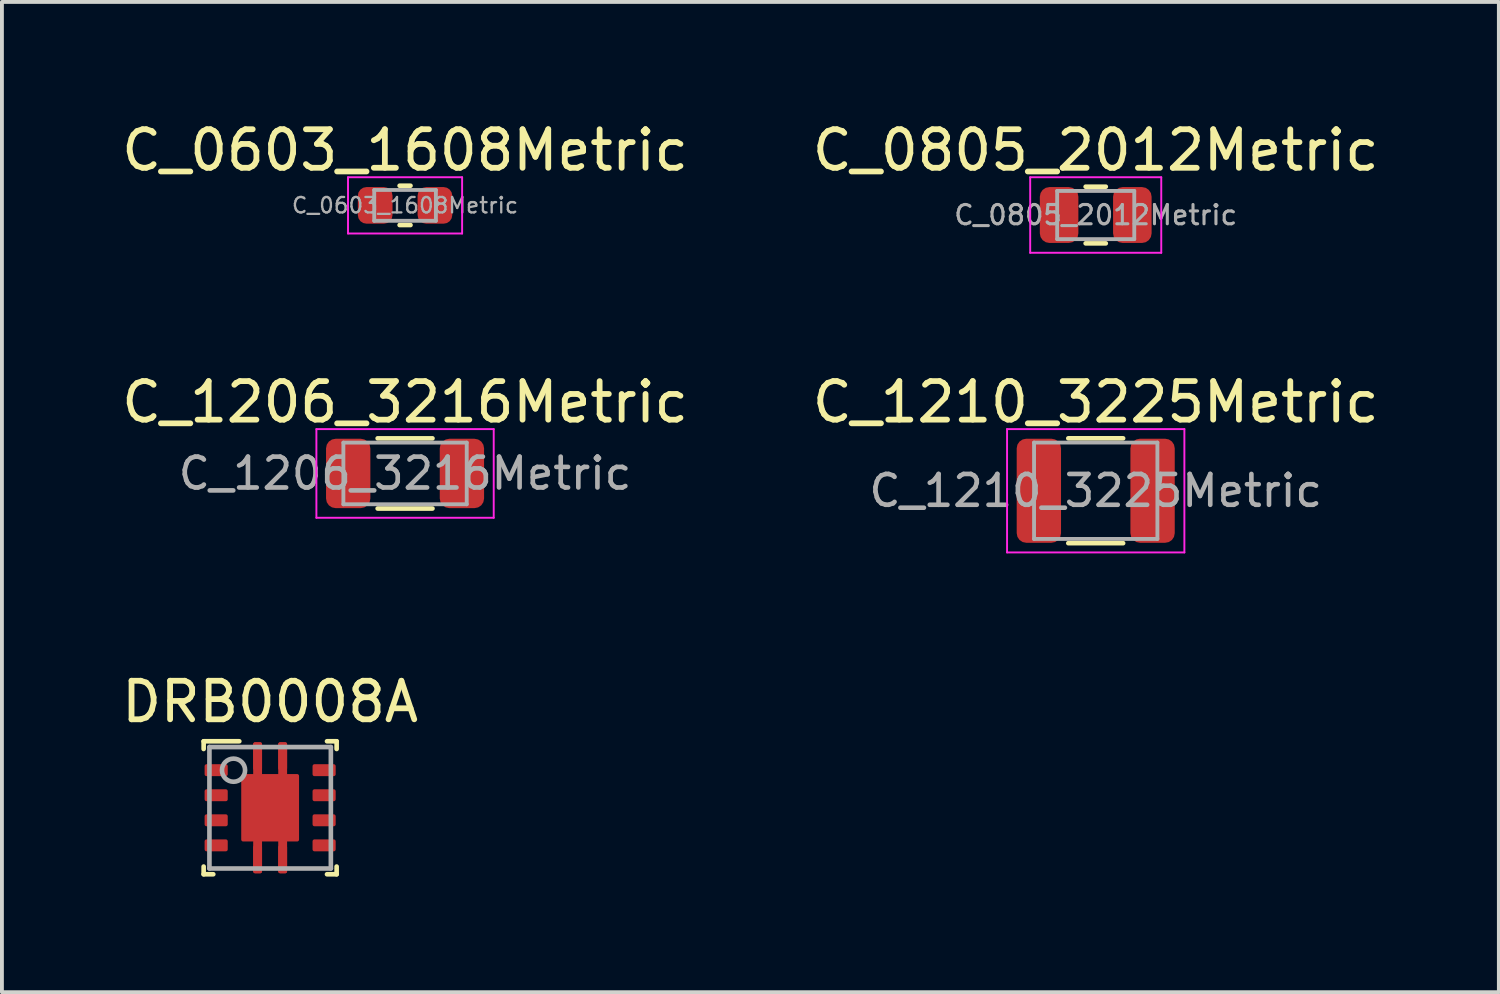
<source format=kicad_pcb>
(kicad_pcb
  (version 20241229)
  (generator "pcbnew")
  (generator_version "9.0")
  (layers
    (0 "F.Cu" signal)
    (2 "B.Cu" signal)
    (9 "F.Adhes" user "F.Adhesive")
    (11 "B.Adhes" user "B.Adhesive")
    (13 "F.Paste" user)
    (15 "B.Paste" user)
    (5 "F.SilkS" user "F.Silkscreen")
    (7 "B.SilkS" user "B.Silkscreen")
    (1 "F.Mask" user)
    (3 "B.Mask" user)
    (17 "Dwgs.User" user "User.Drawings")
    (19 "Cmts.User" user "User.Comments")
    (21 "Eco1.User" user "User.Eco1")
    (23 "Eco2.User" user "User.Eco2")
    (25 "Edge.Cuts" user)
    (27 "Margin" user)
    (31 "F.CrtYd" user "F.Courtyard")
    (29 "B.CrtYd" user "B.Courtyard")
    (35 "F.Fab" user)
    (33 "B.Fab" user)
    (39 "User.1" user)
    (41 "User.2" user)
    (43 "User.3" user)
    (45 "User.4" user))
  (footprint "DRB0008A"
    (layer "F.Cu")
    (at 3.958 17.905)
    (property "Reference" "DRB0008A" (at 0 -2.75 0) (layer "F.SilkS") (effects (font (size 1 1) (thickness 0.15))))
    (attr smd)
    (fp_line (start -1.725 1.725) (end -1.725 1.525) (stroke (width 0.12) (type solid)) (layer "F.SilkS"))
    (fp_line (start -1.725 -1.725) (end -0.8 -1.725) (stroke (width 0.12) (type solid)) (layer "F.SilkS"))
    (fp_line (start -1.725 -1.525) (end -1.725 -1.725) (stroke (width 0.12) (type solid)) (layer "F.SilkS"))
    (fp_line (start -1.725 1.725) (end -1.475 1.725) (stroke (width 0.12) (type solid)) (layer "F.SilkS"))
    (fp_line (start 1.475 -1.725) (end 1.725 -1.725) (stroke (width 0.12) (type solid)) (layer "F.SilkS"))
    (fp_line (start 1.475 1.725) (end 1.725 1.725) (stroke (width 0.12) (type solid)) (layer "F.SilkS"))
    (fp_line (start 1.725 -1.525) (end 1.725 -1.725) (stroke (width 0.12) (type solid)) (layer "F.SilkS"))
    (fp_line (start 1.725 1.725) (end 1.725 1.525) (stroke (width 0.12) (type solid)) (layer "F.SilkS"))
    (fp_line (start -1.575 -1.575) (end 1.575 -1.575) (stroke (width 0.12) (type solid)) (layer "F.Fab"))
    (fp_line (start -1.575 1.575) (end -1.575 -1.575) (stroke (width 0.12) (type solid)) (layer "F.Fab"))
    (fp_line (start -1.575 1.575) (end 1.575 1.575) (stroke (width 0.12) (type solid)) (layer "F.Fab"))
    (fp_line (start 1.575 1.575) (end 1.575 -1.575) (stroke (width 0.12) (type solid)) (layer "F.Fab"))
    (fp_circle (center -0.95 -0.975) (end -0.65 -0.975) (stroke (width 0.12) (type solid)) (fill no) (layer "F.Fab"))
    (pad "1" smd roundrect (at -1.4 -0.975 90) (size 0.31 0.6) (layers "F.Cu" "F.Mask" "F.Paste") (roundrect_rratio 0.161))
    (pad "2" smd roundrect (at -1.4 -0.325 90) (size 0.31 0.6) (layers "F.Cu" "F.Mask" "F.Paste") (roundrect_rratio 0.161))
    (pad "3" smd roundrect (at -1.4 0.325 90) (size 0.31 0.6) (layers "F.Cu" "F.Mask" "F.Paste") (roundrect_rratio 0.161))
    (pad "4" smd roundrect (at -1.4 0.975 90) (size 0.31 0.6) (layers "F.Cu" "F.Mask" "F.Paste") (roundrect_rratio 0.161))
    (pad "5" smd roundrect (at 1.4 0.975 90) (size 0.31 0.6) (layers "F.Cu" "F.Mask" "F.Paste") (roundrect_rratio 0.161))
    (pad "6" smd roundrect (at 1.4 0.325 90) (size 0.31 0.6) (layers "F.Cu" "F.Mask" "F.Paste") (roundrect_rratio 0.161))
    (pad "7" smd roundrect (at 1.4 -0.325 90) (size 0.31 0.6) (layers "F.Cu" "F.Mask" "F.Paste") (roundrect_rratio 0.161))
    (pad "8" smd roundrect (at 1.4 -0.975 90) (size 0.31 0.6) (layers "F.Cu" "F.Mask" "F.Paste") (roundrect_rratio 0.161))
    (pad "PAD" smd roundrect (at -0.325 -1.337) (size 0.23 0.725) (layers "F.Cu" "F.Paste") (roundrect_rratio 0.217))
    (pad "PAD" smd roundrect (at -0.325 -1.262) (size 0.23 0.875) (layers "F.Cu" "F.Mask") (roundrect_rratio 0.217))
    (pad "PAD" smd roundrect (at -0.325 1.262) (size 0.23 0.875) (layers "F.Cu" "F.Mask") (roundrect_rratio 0.217))
    (pad "PAD" smd roundrect (at -0.325 1.337) (size 0.23 0.725) (layers "F.Cu" "F.Paste") (roundrect_rratio 0.217))
    (pad "PAD" smd roundrect (at 0 0) (size 1.5 1.75) (layers "F.Cu" "F.Mask" "F.Paste") (roundrect_rratio 0.033))
    (pad "PAD" smd roundrect (at 0.325 -1.337) (size 0.23 0.725) (layers "F.Cu" "F.Paste") (roundrect_rratio 0.217))
    (pad "PAD" smd roundrect (at 0.325 -1.262) (size 0.23 0.875) (layers "F.Cu" "F.Mask") (roundrect_rratio 0.217))
    (pad "PAD" smd roundrect (at 0.325 1.262) (size 0.23 0.875) (layers "F.Cu" "F.Mask") (roundrect_rratio 0.217))
    (pad "PAD" smd roundrect (at 0.325 1.337) (size 0.23 0.725) (layers "F.Cu" "F.Paste") (roundrect_rratio 0.217)))
  (footprint "C_0603_1608Metric"
    (layer "F.Cu")
    (at 7.458 2.278)
    (property "Reference" "C_0603_1608Metric" (at 0 -1.43 0) (layer "F.SilkS") (effects (font (size 1 1) (thickness 0.15))))
    (attr smd)
    (fp_line (start -0.141 -0.51) (end 0.141 -0.51) (stroke (width 0.12) (type solid)) (layer "F.SilkS"))
    (fp_line (start -0.141 0.51) (end 0.141 0.51) (stroke (width 0.12) (type solid)) (layer "F.SilkS"))
    (fp_line (start -1.48 -0.73) (end 1.48 -0.73) (stroke (width 0.05) (type solid)) (layer "F.CrtYd"))
    (fp_line (start -1.48 0.73) (end -1.48 -0.73) (stroke (width 0.05) (type solid)) (layer "F.CrtYd"))
    (fp_line (start 1.48 -0.73) (end 1.48 0.73) (stroke (width 0.05) (type solid)) (layer "F.CrtYd"))
    (fp_line (start 1.48 0.73) (end -1.48 0.73) (stroke (width 0.05) (type solid)) (layer "F.CrtYd"))
    (fp_line (start -0.8 -0.4) (end 0.8 -0.4) (stroke (width 0.1) (type solid)) (layer "F.Fab"))
    (fp_line (start -0.8 0.4) (end -0.8 -0.4) (stroke (width 0.1) (type solid)) (layer "F.Fab"))
    (fp_line (start 0.8 -0.4) (end 0.8 0.4) (stroke (width 0.1) (type solid)) (layer "F.Fab"))
    (fp_line (start 0.8 0.4) (end -0.8 0.4) (stroke (width 0.1) (type solid)) (layer "F.Fab"))
    (fp_text user "${REFERENCE}" (at 0 0 0) (layer "F.Fab") (effects (font (size 0.4 0.4) (thickness 0.06))))
    (pad "1" smd roundrect (at -0.775 0) (size 0.9 0.95) (layers "F.Cu" "F.Mask" "F.Paste") (roundrect_rratio 0.25))
    (pad "2" smd roundrect (at 0.775 0) (size 0.9 0.95) (layers "F.Cu" "F.Mask" "F.Paste") (roundrect_rratio 0.25)))
  (footprint "C_0805_2012Metric"
    (layer "F.Cu")
    (at 25.375 2.528)
    (property "Reference" "C_0805_2012Metric" (at 0 -1.68 0) (layer "F.SilkS") (effects (font (size 1 1) (thickness 0.15))))
    (attr smd)
    (fp_line (start -0.261 -0.735) (end 0.261 -0.735) (stroke (width 0.12) (type solid)) (layer "F.SilkS"))
    (fp_line (start -0.261 0.735) (end 0.261 0.735) (stroke (width 0.12) (type solid)) (layer "F.SilkS"))
    (fp_line (start -1.7 -0.98) (end 1.7 -0.98) (stroke (width 0.05) (type solid)) (layer "F.CrtYd"))
    (fp_line (start -1.7 0.98) (end -1.7 -0.98) (stroke (width 0.05) (type solid)) (layer "F.CrtYd"))
    (fp_line (start 1.7 -0.98) (end 1.7 0.98) (stroke (width 0.05) (type solid)) (layer "F.CrtYd"))
    (fp_line (start 1.7 0.98) (end -1.7 0.98) (stroke (width 0.05) (type solid)) (layer "F.CrtYd"))
    (fp_line (start -1 -0.625) (end 1 -0.625) (stroke (width 0.1) (type solid)) (layer "F.Fab"))
    (fp_line (start -1 0.625) (end -1 -0.625) (stroke (width 0.1) (type solid)) (layer "F.Fab"))
    (fp_line (start 1 -0.625) (end 1 0.625) (stroke (width 0.1) (type solid)) (layer "F.Fab"))
    (fp_line (start 1 0.625) (end -1 0.625) (stroke (width 0.1) (type solid)) (layer "F.Fab"))
    (fp_text user "${REFERENCE}" (at 0 0 0) (layer "F.Fab") (effects (font (size 0.5 0.5) (thickness 0.08))))
    (pad "1" smd roundrect (at -0.95 0) (size 1 1.45) (layers "F.Cu" "F.Mask" "F.Paste") (roundrect_rratio 0.25))
    (pad "2" smd roundrect (at 0.95 0) (size 1 1.45) (layers "F.Cu" "F.Mask" "F.Paste") (roundrect_rratio 0.25)))
  (footprint "C_1206_3216Metric"
    (layer "F.Cu")
    (at 7.458 9.232)
    (property "Reference" "C_1206_3216Metric" (at 0 -1.85 0) (layer "F.SilkS") (effects (font (size 1 1) (thickness 0.15))))
    (attr smd)
    (fp_line (start -0.711 -0.91) (end 0.711 -0.91) (stroke (width 0.12) (type solid)) (layer "F.SilkS"))
    (fp_line (start -0.711 0.91) (end 0.711 0.91) (stroke (width 0.12) (type solid)) (layer "F.SilkS"))
    (fp_line (start -2.3 -1.15) (end 2.3 -1.15) (stroke (width 0.05) (type solid)) (layer "F.CrtYd"))
    (fp_line (start -2.3 1.15) (end -2.3 -1.15) (stroke (width 0.05) (type solid)) (layer "F.CrtYd"))
    (fp_line (start 2.3 -1.15) (end 2.3 1.15) (stroke (width 0.05) (type solid)) (layer "F.CrtYd"))
    (fp_line (start 2.3 1.15) (end -2.3 1.15) (stroke (width 0.05) (type solid)) (layer "F.CrtYd"))
    (fp_line (start -1.6 -0.8) (end 1.6 -0.8) (stroke (width 0.1) (type solid)) (layer "F.Fab"))
    (fp_line (start -1.6 0.8) (end -1.6 -0.8) (stroke (width 0.1) (type solid)) (layer "F.Fab"))
    (fp_line (start 1.6 -0.8) (end 1.6 0.8) (stroke (width 0.1) (type solid)) (layer "F.Fab"))
    (fp_line (start 1.6 0.8) (end -1.6 0.8) (stroke (width 0.1) (type solid)) (layer "F.Fab"))
    (fp_text user "${REFERENCE}" (at 0 0 0) (layer "F.Fab") (effects (font (size 0.8 0.8) (thickness 0.12))))
    (pad "1" smd roundrect (at -1.475 0) (size 1.15 1.8) (layers "F.Cu" "F.Mask" "F.Paste") (roundrect_rratio 0.217))
    (pad "2" smd roundrect (at 1.475 0) (size 1.15 1.8) (layers "F.Cu" "F.Mask" "F.Paste") (roundrect_rratio 0.217)))
  (footprint "C_1210_3225Metric"
    (layer "F.Cu")
    (at 25.375 9.681)
    (property "Reference" "C_1210_3225Metric" (at 0 -2.3 0) (layer "F.SilkS") (effects (font (size 1 1) (thickness 0.15))))
    (attr smd)
    (fp_line (start -0.711 -1.36) (end 0.711 -1.36) (stroke (width 0.12) (type solid)) (layer "F.SilkS"))
    (fp_line (start -0.711 1.36) (end 0.711 1.36) (stroke (width 0.12) (type solid)) (layer "F.SilkS"))
    (fp_line (start -2.3 -1.6) (end 2.3 -1.6) (stroke (width 0.05) (type solid)) (layer "F.CrtYd"))
    (fp_line (start -2.3 1.6) (end -2.3 -1.6) (stroke (width 0.05) (type solid)) (layer "F.CrtYd"))
    (fp_line (start 2.3 -1.6) (end 2.3 1.6) (stroke (width 0.05) (type solid)) (layer "F.CrtYd"))
    (fp_line (start 2.3 1.6) (end -2.3 1.6) (stroke (width 0.05) (type solid)) (layer "F.CrtYd"))
    (fp_line (start -1.6 -1.25) (end 1.6 -1.25) (stroke (width 0.1) (type solid)) (layer "F.Fab"))
    (fp_line (start -1.6 1.25) (end -1.6 -1.25) (stroke (width 0.1) (type solid)) (layer "F.Fab"))
    (fp_line (start 1.6 -1.25) (end 1.6 1.25) (stroke (width 0.1) (type solid)) (layer "F.Fab"))
    (fp_line (start 1.6 1.25) (end -1.6 1.25) (stroke (width 0.1) (type solid)) (layer "F.Fab"))
    (fp_text user "${REFERENCE}" (at 0 0 0) (layer "F.Fab") (effects (font (size 0.8 0.8) (thickness 0.12))))
    (pad "1" smd roundrect (at -1.475 0) (size 1.15 2.7) (layers "F.Cu" "F.Mask" "F.Paste") (roundrect_rratio 0.217))
    (pad "2" smd roundrect (at 1.475 0) (size 1.15 2.7) (layers "F.Cu" "F.Mask" "F.Paste") (roundrect_rratio 0.217)))
  (gr_rect
    (start -3 -3)
    (end 35.833 22.69)
    (stroke (width 0.1) (type default))
    (fill no)
    (layer "Edge.Cuts")))
</source>
